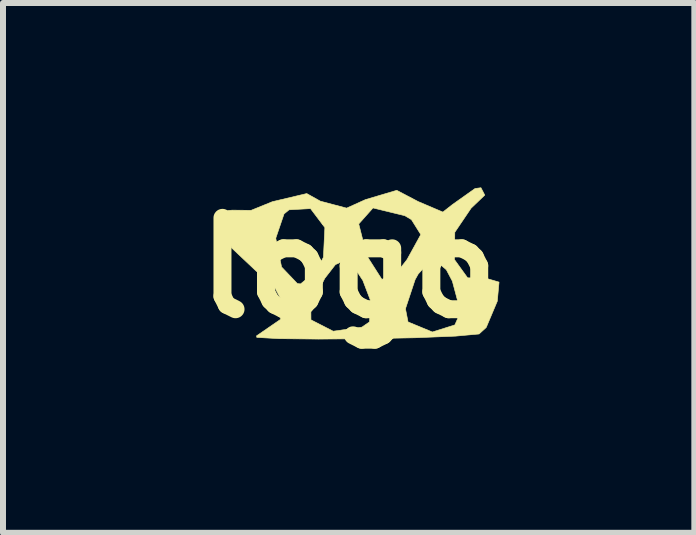
<source format=kicad_pcb>
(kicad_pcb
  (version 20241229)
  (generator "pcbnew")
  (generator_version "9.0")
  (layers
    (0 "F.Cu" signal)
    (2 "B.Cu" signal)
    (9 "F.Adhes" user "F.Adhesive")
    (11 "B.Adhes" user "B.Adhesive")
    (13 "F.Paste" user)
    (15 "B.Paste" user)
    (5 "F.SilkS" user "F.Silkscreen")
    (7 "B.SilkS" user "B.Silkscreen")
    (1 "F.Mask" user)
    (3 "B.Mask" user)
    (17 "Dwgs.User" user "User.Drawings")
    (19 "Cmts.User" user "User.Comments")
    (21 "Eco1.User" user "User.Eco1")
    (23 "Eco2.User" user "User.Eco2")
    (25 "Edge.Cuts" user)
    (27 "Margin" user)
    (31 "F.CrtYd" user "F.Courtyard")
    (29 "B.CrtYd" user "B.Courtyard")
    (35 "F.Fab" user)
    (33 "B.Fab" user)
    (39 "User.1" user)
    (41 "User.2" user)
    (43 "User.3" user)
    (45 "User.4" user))
  (footprint "logo"
    (layer "F.Cu")
    (at 2.765 1.418)
    (property "Reference" "logo" (at 0 0 0) (layer "F.SilkS") (effects (font (size 1.524 1.524) (thickness 0.3))))
    (attr through_hole)
    (fp_poly (pts (xy 2.27 -1.214) (xy 2.042 -0.996) (xy 1.77 -0.594) (xy 1.764 -0.139) (xy 1.984 0.166) (xy 2.277 0.169) (xy 2.508 0.237) (xy 2.479 0.555) (xy 2.294 0.993) (xy 2.175 1.102) (xy 1.782 1.138) (xy 1.11 1.165) (xy 0.301 1.181) (xy -0.503 1.187) (xy -1.161 1.18) (xy -1.532 1.159) (xy -1.537 1.134) (xy -1.14 0.861) (xy -1.069 0.64) (xy -1.07 0.639) (xy -0.631 0.639) (xy -0.629 0.866) (xy -0.258 1.056) (xy 0.221 0.988) (xy 0.347 0.901) (xy 0.363 0.681) (xy 0.947 0.681) (xy 0.99 0.901) (xy 1.396 1.069) (xy 1.771 0.951) (xy 1.867 0.735) (xy 1.729 0.22) (xy 1.629 0.031) (xy 1.402 -0.164) (xy 1.16 0.102) (xy 1.108 0.196) (xy 0.947 0.681) (xy 0.363 0.681) (xy 0.371 0.562) (xy 0.237 0.21) (xy -0.002 -0.153) (xy -0.221 -0.055) (xy -0.399 0.175) (xy -0.631 0.639) (xy -1.07 0.639) (xy -1.287 0.222) (xy -1.537 0.058) (xy -1.955 -0.336) (xy -2.005 -0.495) (xy -1.216 -0.495) (xy -1.119 -0.015) (xy -0.856 0.261) (xy -0.802 0.267) (xy -0.541 0.054) (xy -0.421 -0.178) (xy -0.397 -0.673) (xy -0.443 -0.733) (xy 0.168 -0.733) (xy 0.302 -0.203) (xy 0.553 0.19) (xy 0.767 0.125) (xy 0.974 -0.14) (xy 1.203 -0.556) (xy 1.047 -0.805) (xy 0.936 -0.871) (xy 0.406 -1) (xy 0.168 -0.733) (xy -0.443 -0.733) (xy -0.636 -0.989) (xy -0.994 -0.969) (xy -1.078 -0.9) (xy -1.216 -0.495) (xy -2.005 -0.495) (xy -2.045 -0.619) (xy -2.017 -0.957) (xy -1.943 -0.963) (xy -1.627 -0.96) (xy -1.273 -1.104) (xy -0.699 -1.24) (xy -0.472 -1.113) (xy -0.034 -0.997) (xy 0.28 -1.139) (xy 0.802 -1.294) (xy 1.158 -1.107) (xy 1.571 -0.931) (xy 1.73 -1.056) (xy 2.108 -1.324) (xy 2.206 -1.337) (xy 2.27 -1.214)) (stroke (width 0.01) (type solid)) (fill yes) (layer "F.SilkS")))
  (gr_rect
    (start -3 -3)
    (end 8.53 5.836)
    (stroke (width 0.1) (type default))
    (fill no)
    (layer "Edge.Cuts")))
</source>
